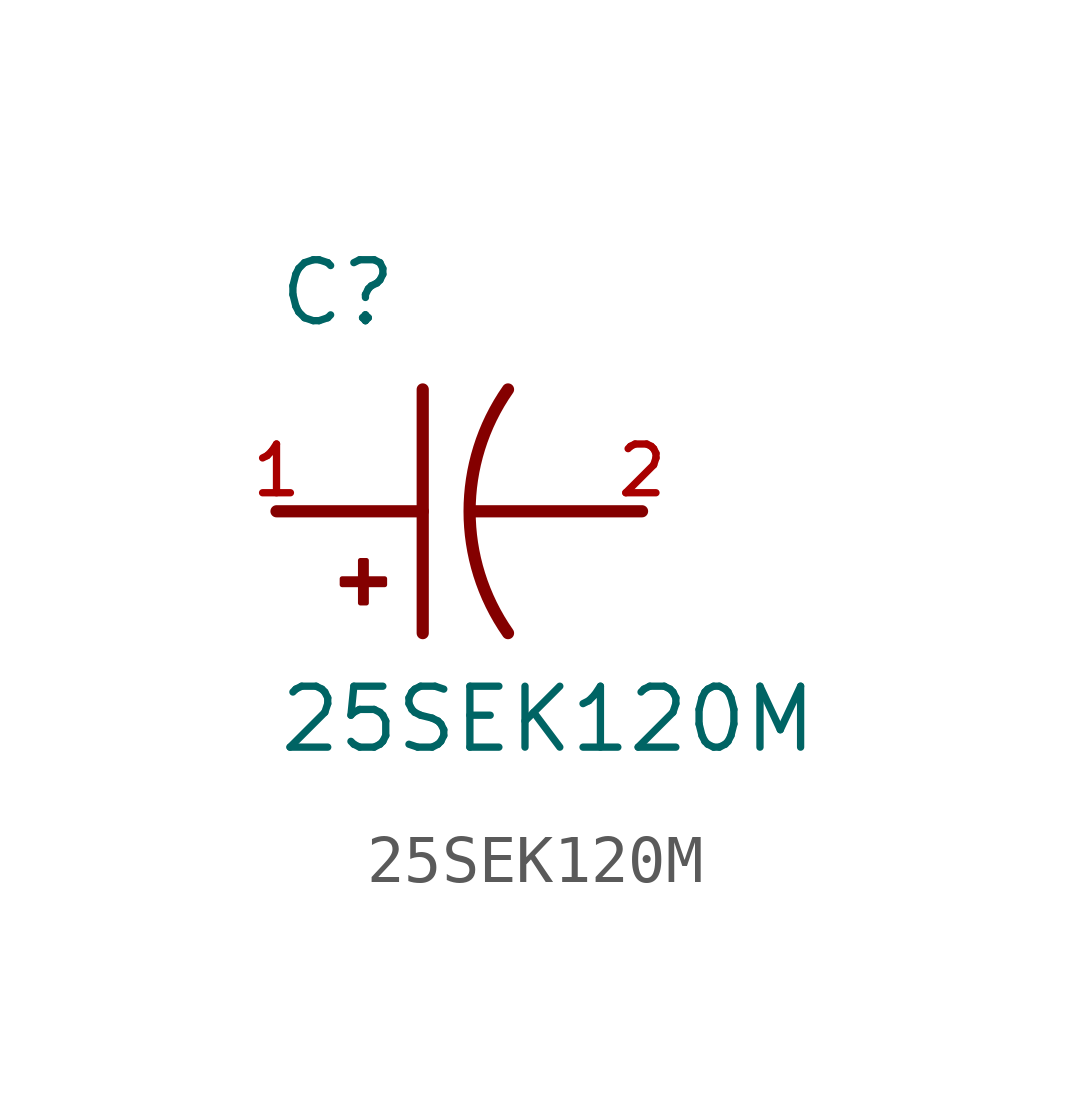
<source format=kicad_sym>
(kicad_symbol_lib
  (version 20211014)
  (generator kicad_symbol_editor)
  (symbol "25SEK120M"
    (pin_names
      (offset 1.016))
    (property "Reference" "C"
      (at -5.08 3.81 0)
      (effects (font (size 1.27 1.27)) (justify bottom left)))
    (property "Value" "25SEK120M"
      (at -5.08 -5.08 0)
      (effects (font (size 1.27 1.27)) (justify bottom left)))
    (symbol "25SEK120M_0_0"
      (arc (start -0.254 -2.54) (mid -1.0549 -0.0) (end -0.254 2.54) (stroke (width 0.254) (type default) (color 0 0 0 0)) (fill (type none)))
      (polyline (pts (xy -1.016 0.0) (xy 2.54 0.0)) (stroke (width 0.254)))
      (polyline (pts (xy -5.08 0.0) (xy -2.032 0.0)) (stroke (width 0.254)))
      (polyline (pts (xy -2.032 2.54) (xy -2.032 -2.54)) (stroke (width 0.254)))
      (rectangle (start -3.713 -1.532) (end -2.824 -1.405) (stroke (width 0.1)) (fill (type outline)))
      (rectangle (start -3.332 -1.913) (end -3.205 -1.024) (stroke (width 0.1)) (fill (type outline)))
      (pin passive line (at -5.08 0.0 0) (length 0) (name "~" (effects (font (size 1.016 1.016)))) (number "1" (effects (font (size 1.016 1.016)))))
      (pin passive line (at 2.54 0.0 180.0) (length 0) (name "~" (effects (font (size 1.016 1.016)))) (number "2" (effects (font (size 1.016 1.016))))))))
</source>
